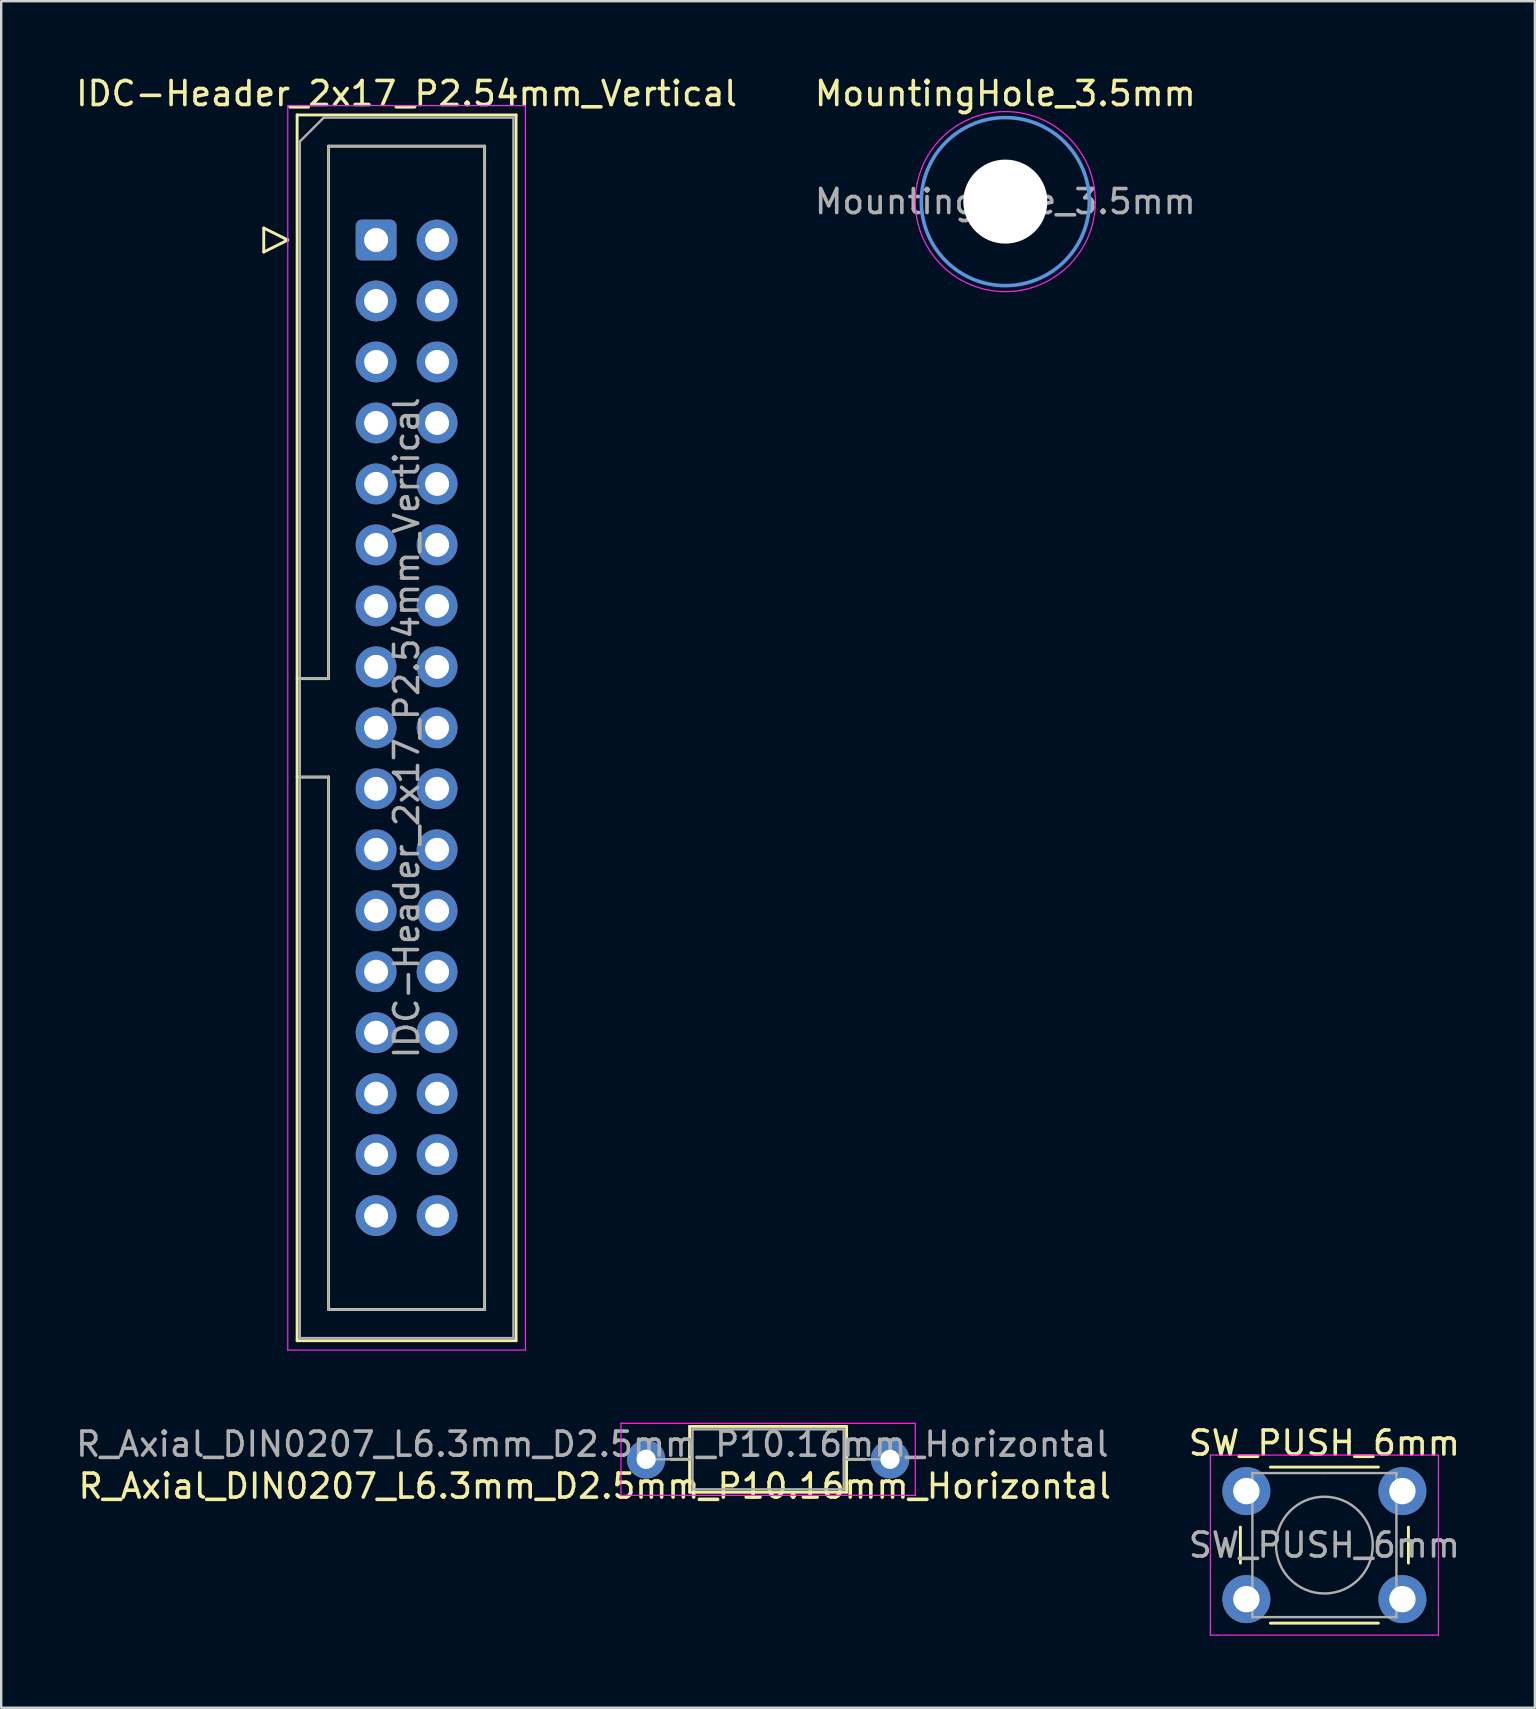
<source format=kicad_pcb>
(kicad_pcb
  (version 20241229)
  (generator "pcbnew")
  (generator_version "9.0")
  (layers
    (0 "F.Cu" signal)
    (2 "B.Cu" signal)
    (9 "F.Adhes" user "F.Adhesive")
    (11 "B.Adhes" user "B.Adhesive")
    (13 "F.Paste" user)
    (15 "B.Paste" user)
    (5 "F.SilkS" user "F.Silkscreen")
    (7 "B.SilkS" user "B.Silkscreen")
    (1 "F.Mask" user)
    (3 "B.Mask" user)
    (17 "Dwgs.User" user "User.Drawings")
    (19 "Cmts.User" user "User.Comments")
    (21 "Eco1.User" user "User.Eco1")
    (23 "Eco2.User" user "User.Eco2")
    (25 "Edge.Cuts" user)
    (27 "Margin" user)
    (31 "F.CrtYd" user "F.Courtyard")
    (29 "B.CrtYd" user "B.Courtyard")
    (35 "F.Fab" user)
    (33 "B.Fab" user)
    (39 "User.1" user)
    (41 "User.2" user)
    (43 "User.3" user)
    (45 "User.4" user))
  (footprint "SW_PUSH_6mm"
    (layer "F.Cu")
    (at 48.868 59.062)
    (property "Reference" "SW_PUSH_6mm" (at 3.25 -2 0) (layer "F.SilkS") (effects (font (size 1 1) (thickness 0.15))))
    (attr through_hole)
    (fp_line (start -0.25 1.5) (end -0.25 3) (stroke (width 0.12) (type solid)) (layer "F.SilkS"))
    (fp_line (start 1 5.5) (end 5.5 5.5) (stroke (width 0.12) (type solid)) (layer "F.SilkS"))
    (fp_line (start 5.5 -1) (end 1 -1) (stroke (width 0.12) (type solid)) (layer "F.SilkS"))
    (fp_line (start 6.75 3) (end 6.75 1.5) (stroke (width 0.12) (type solid)) (layer "F.SilkS"))
    (fp_line (start -1.5 -1.5) (end -1.25 -1.5) (stroke (width 0.05) (type solid)) (layer "F.CrtYd"))
    (fp_line (start -1.5 -1.25) (end -1.5 -1.5) (stroke (width 0.05) (type solid)) (layer "F.CrtYd"))
    (fp_line (start -1.5 5.75) (end -1.5 -1.25) (stroke (width 0.05) (type solid)) (layer "F.CrtYd"))
    (fp_line (start -1.5 5.75) (end -1.5 6) (stroke (width 0.05) (type solid)) (layer "F.CrtYd"))
    (fp_line (start -1.5 6) (end -1.25 6) (stroke (width 0.05) (type solid)) (layer "F.CrtYd"))
    (fp_line (start -1.25 -1.5) (end 7.75 -1.5) (stroke (width 0.05) (type solid)) (layer "F.CrtYd"))
    (fp_line (start 7.75 -1.5) (end 8 -1.5) (stroke (width 0.05) (type solid)) (layer "F.CrtYd"))
    (fp_line (start 7.75 6) (end -1.25 6) (stroke (width 0.05) (type solid)) (layer "F.CrtYd"))
    (fp_line (start 7.75 6) (end 8 6) (stroke (width 0.05) (type solid)) (layer "F.CrtYd"))
    (fp_line (start 8 -1.5) (end 8 -1.25) (stroke (width 0.05) (type solid)) (layer "F.CrtYd"))
    (fp_line (start 8 -1.25) (end 8 5.75) (stroke (width 0.05) (type solid)) (layer "F.CrtYd"))
    (fp_line (start 8 6) (end 8 5.75) (stroke (width 0.05) (type solid)) (layer "F.CrtYd"))
    (fp_line (start 0.25 -0.75) (end 3.25 -0.75) (stroke (width 0.1) (type solid)) (layer "F.Fab"))
    (fp_line (start 0.25 5.25) (end 0.25 -0.75) (stroke (width 0.1) (type solid)) (layer "F.Fab"))
    (fp_line (start 3.25 -0.75) (end 6.25 -0.75) (stroke (width 0.1) (type solid)) (layer "F.Fab"))
    (fp_line (start 6.25 -0.75) (end 6.25 5.25) (stroke (width 0.1) (type solid)) (layer "F.Fab"))
    (fp_line (start 6.25 5.25) (end 0.25 5.25) (stroke (width 0.1) (type solid)) (layer "F.Fab"))
    (fp_circle (center 3.25 2.25) (end 1.25 2.5) (stroke (width 0.1) (type solid)) (fill no) (layer "F.Fab"))
    (fp_text user "${REFERENCE}" (at 3.25 2.25 0) (layer "F.Fab") (effects (font (size 1 1) (thickness 0.15))))
    (pad "1" thru_hole circle (at 0 0 90) (size 2 2) (drill 1.1) (layers "*.Cu" "*.Mask"))
    (pad "1" thru_hole circle (at 6.5 0 90) (size 2 2) (drill 1.1) (layers "*.Cu" "*.Mask"))
    (pad "2" thru_hole circle (at 0 4.5 90) (size 2 2) (drill 1.1) (layers "*.Cu" "*.Mask"))
    (pad "2" thru_hole circle (at 6.5 4.5 90) (size 2 2) (drill 1.1) (layers "*.Cu" "*.Mask")))
  (footprint "IDC-Header_2x17_P2.54mm_Vertical"
    (layer "F.Cu")
    (at 12.617 6.948)
    (property "Reference" "IDC-Header_2x17_P2.54mm_Vertical" (at 1.27 -6.1 180) (layer "F.SilkS") (effects (font (size 1 1) (thickness 0.15))))
    (attr through_hole)
    (fp_line (start -4.68 -0.5) (end -4.68 0.5) (stroke (width 0.12) (type solid)) (layer "F.SilkS"))
    (fp_line (start -4.68 0.5) (end -3.68 0) (stroke (width 0.12) (type solid)) (layer "F.SilkS"))
    (fp_line (start -3.68 0) (end -4.68 -0.5) (stroke (width 0.12) (type solid)) (layer "F.SilkS"))
    (fp_line (start -3.29 -5.21) (end 5.83 -5.21) (stroke (width 0.12) (type solid)) (layer "F.SilkS"))
    (fp_line (start -3.29 18.27) (end -1.98 18.27) (stroke (width 0.12) (type solid)) (layer "F.SilkS"))
    (fp_line (start -3.29 45.85) (end -3.29 -5.21) (stroke (width 0.12) (type solid)) (layer "F.SilkS"))
    (fp_line (start -1.98 -3.91) (end 4.52 -3.91) (stroke (width 0.12) (type solid)) (layer "F.SilkS"))
    (fp_line (start -1.98 18.27) (end -1.98 -3.91) (stroke (width 0.12) (type solid)) (layer "F.SilkS"))
    (fp_line (start -1.98 22.37) (end -3.29 22.37) (stroke (width 0.12) (type solid)) (layer "F.SilkS"))
    (fp_line (start -1.98 22.37) (end -1.98 22.37) (stroke (width 0.12) (type solid)) (layer "F.SilkS"))
    (fp_line (start -1.98 44.55) (end -1.98 22.37) (stroke (width 0.12) (type solid)) (layer "F.SilkS"))
    (fp_line (start 4.52 -3.91) (end 4.52 44.55) (stroke (width 0.12) (type solid)) (layer "F.SilkS"))
    (fp_line (start 4.52 44.55) (end -1.98 44.55) (stroke (width 0.12) (type solid)) (layer "F.SilkS"))
    (fp_line (start 5.83 -5.21) (end 5.83 45.85) (stroke (width 0.12) (type solid)) (layer "F.SilkS"))
    (fp_line (start 5.83 45.85) (end -3.29 45.85) (stroke (width 0.12) (type solid)) (layer "F.SilkS"))
    (fp_line (start -3.68 -5.6) (end -3.68 46.24) (stroke (width 0.05) (type solid)) (layer "F.CrtYd"))
    (fp_line (start -3.68 46.24) (end 6.22 46.24) (stroke (width 0.05) (type solid)) (layer "F.CrtYd"))
    (fp_line (start 6.22 -5.6) (end -3.68 -5.6) (stroke (width 0.05) (type solid)) (layer "F.CrtYd"))
    (fp_line (start 6.22 46.24) (end 6.22 -5.6) (stroke (width 0.05) (type solid)) (layer "F.CrtYd"))
    (fp_line (start -3.18 -4.1) (end -2.18 -5.1) (stroke (width 0.1) (type solid)) (layer "F.Fab"))
    (fp_line (start -3.18 18.27) (end -1.98 18.27) (stroke (width 0.1) (type solid)) (layer "F.Fab"))
    (fp_line (start -3.18 45.74) (end -3.18 -4.1) (stroke (width 0.1) (type solid)) (layer "F.Fab"))
    (fp_line (start -2.18 -5.1) (end 5.72 -5.1) (stroke (width 0.1) (type solid)) (layer "F.Fab"))
    (fp_line (start -1.98 -3.91) (end 4.52 -3.91) (stroke (width 0.1) (type solid)) (layer "F.Fab"))
    (fp_line (start -1.98 18.27) (end -1.98 -3.91) (stroke (width 0.1) (type solid)) (layer "F.Fab"))
    (fp_line (start -1.98 22.37) (end -3.18 22.37) (stroke (width 0.1) (type solid)) (layer "F.Fab"))
    (fp_line (start -1.98 22.37) (end -1.98 22.37) (stroke (width 0.1) (type solid)) (layer "F.Fab"))
    (fp_line (start -1.98 44.55) (end -1.98 22.37) (stroke (width 0.1) (type solid)) (layer "F.Fab"))
    (fp_line (start 4.52 -3.91) (end 4.52 44.55) (stroke (width 0.1) (type solid)) (layer "F.Fab"))
    (fp_line (start 4.52 44.55) (end -1.98 44.55) (stroke (width 0.1) (type solid)) (layer "F.Fab"))
    (fp_line (start 5.72 -5.1) (end 5.72 45.74) (stroke (width 0.1) (type solid)) (layer "F.Fab"))
    (fp_line (start 5.72 45.74) (end -3.18 45.74) (stroke (width 0.1) (type solid)) (layer "F.Fab"))
    (fp_text user "${REFERENCE}" (at 1.27 20.32 270) (layer "F.Fab") (effects (font (size 1 1) (thickness 0.15))))
    (pad "1" thru_hole roundrect (at 0 0) (size 1.7 1.7) (drill 1) (layers "*.Cu" "*.Mask") (roundrect_rratio 0.147))
    (pad "2" thru_hole circle (at 2.54 0) (size 1.7 1.7) (drill 1) (layers "*.Cu" "*.Mask"))
    (pad "3" thru_hole circle (at 0 2.54) (size 1.7 1.7) (drill 1) (layers "*.Cu" "*.Mask"))
    (pad "4" thru_hole circle (at 2.54 2.54) (size 1.7 1.7) (drill 1) (layers "*.Cu" "*.Mask"))
    (pad "5" thru_hole circle (at 0 5.08) (size 1.7 1.7) (drill 1) (layers "*.Cu" "*.Mask"))
    (pad "6" thru_hole circle (at 2.54 5.08) (size 1.7 1.7) (drill 1) (layers "*.Cu" "*.Mask"))
    (pad "7" thru_hole circle (at 0 7.62) (size 1.7 1.7) (drill 1) (layers "*.Cu" "*.Mask"))
    (pad "8" thru_hole circle (at 2.54 7.62) (size 1.7 1.7) (drill 1) (layers "*.Cu" "*.Mask"))
    (pad "9" thru_hole circle (at 0 10.16) (size 1.7 1.7) (drill 1) (layers "*.Cu" "*.Mask"))
    (pad "10" thru_hole circle (at 2.54 10.16) (size 1.7 1.7) (drill 1) (layers "*.Cu" "*.Mask"))
    (pad "11" thru_hole circle (at 0 12.7) (size 1.7 1.7) (drill 1) (layers "*.Cu" "*.Mask"))
    (pad "12" thru_hole circle (at 2.54 12.7) (size 1.7 1.7) (drill 1) (layers "*.Cu" "*.Mask"))
    (pad "13" thru_hole circle (at 0 15.24) (size 1.7 1.7) (drill 1) (layers "*.Cu" "*.Mask"))
    (pad "14" thru_hole circle (at 2.54 15.24) (size 1.7 1.7) (drill 1) (layers "*.Cu" "*.Mask"))
    (pad "15" thru_hole circle (at 0 17.78) (size 1.7 1.7) (drill 1) (layers "*.Cu" "*.Mask"))
    (pad "16" thru_hole circle (at 2.54 17.78) (size 1.7 1.7) (drill 1) (layers "*.Cu" "*.Mask"))
    (pad "17" thru_hole circle (at 0 20.32) (size 1.7 1.7) (drill 1) (layers "*.Cu" "*.Mask"))
    (pad "18" thru_hole circle (at 2.54 20.32) (size 1.7 1.7) (drill 1) (layers "*.Cu" "*.Mask"))
    (pad "19" thru_hole circle (at 0 22.86) (size 1.7 1.7) (drill 1) (layers "*.Cu" "*.Mask"))
    (pad "20" thru_hole circle (at 2.54 22.86) (size 1.7 1.7) (drill 1) (layers "*.Cu" "*.Mask"))
    (pad "21" thru_hole circle (at 0 25.4) (size 1.7 1.7) (drill 1) (layers "*.Cu" "*.Mask"))
    (pad "22" thru_hole circle (at 2.54 25.4) (size 1.7 1.7) (drill 1) (layers "*.Cu" "*.Mask"))
    (pad "23" thru_hole circle (at 0 27.94) (size 1.7 1.7) (drill 1) (layers "*.Cu" "*.Mask"))
    (pad "24" thru_hole circle (at 2.54 27.94) (size 1.7 1.7) (drill 1) (layers "*.Cu" "*.Mask"))
    (pad "25" thru_hole circle (at 0 30.48) (size 1.7 1.7) (drill 1) (layers "*.Cu" "*.Mask"))
    (pad "26" thru_hole circle (at 2.54 30.48) (size 1.7 1.7) (drill 1) (layers "*.Cu" "*.Mask"))
    (pad "27" thru_hole circle (at 0 33.02) (size 1.7 1.7) (drill 1) (layers "*.Cu" "*.Mask"))
    (pad "28" thru_hole circle (at 2.54 33.02) (size 1.7 1.7) (drill 1) (layers "*.Cu" "*.Mask"))
    (pad "29" thru_hole circle (at 0 35.56) (size 1.7 1.7) (drill 1) (layers "*.Cu" "*.Mask"))
    (pad "30" thru_hole circle (at 2.54 35.56) (size 1.7 1.7) (drill 1) (layers "*.Cu" "*.Mask"))
    (pad "31" thru_hole circle (at 0 38.1) (size 1.7 1.7) (drill 1) (layers "*.Cu" "*.Mask"))
    (pad "32" thru_hole circle (at 2.54 38.1) (size 1.7 1.7) (drill 1) (layers "*.Cu" "*.Mask"))
    (pad "33" thru_hole circle (at 0 40.64) (size 1.7 1.7) (drill 1) (layers "*.Cu" "*.Mask"))
    (pad "34" thru_hole circle (at 2.54 40.64) (size 1.7 1.7) (drill 1) (layers "*.Cu" "*.Mask")))
  (footprint "R_Axial_DIN0207_L6.3mm_D2.5mm_P10.16mm_Horizontal"
    (layer "F.Cu")
    (at 23.865 57.738)
    (property "Reference" "R_Axial_DIN0207_L6.3mm_D2.5mm_P10.16mm_Horizontal" (at -2.14 1.117 180) (layer "F.SilkS") (effects (font (size 1 1) (thickness 0.15))))
    (attr through_hole)
    (fp_line (start 1.04 0) (end 1.81 0) (stroke (width 0.12) (type solid)) (layer "F.SilkS"))
    (fp_line (start 1.81 -1.37) (end 1.81 1.37) (stroke (width 0.12) (type solid)) (layer "F.SilkS"))
    (fp_line (start 1.81 1.37) (end 8.35 1.37) (stroke (width 0.12) (type solid)) (layer "F.SilkS"))
    (fp_line (start 8.35 -1.37) (end 1.81 -1.37) (stroke (width 0.12) (type solid)) (layer "F.SilkS"))
    (fp_line (start 8.35 1.37) (end 8.35 -1.37) (stroke (width 0.12) (type solid)) (layer "F.SilkS"))
    (fp_line (start 9.12 0) (end 8.35 0) (stroke (width 0.12) (type solid)) (layer "F.SilkS"))
    (fp_line (start -1.05 -1.5) (end -1.05 1.5) (stroke (width 0.05) (type solid)) (layer "F.CrtYd"))
    (fp_line (start -1.05 1.5) (end 11.21 1.5) (stroke (width 0.05) (type solid)) (layer "F.CrtYd"))
    (fp_line (start 11.21 -1.5) (end -1.05 -1.5) (stroke (width 0.05) (type solid)) (layer "F.CrtYd"))
    (fp_line (start 11.21 1.5) (end 11.21 -1.5) (stroke (width 0.05) (type solid)) (layer "F.CrtYd"))
    (fp_line (start 0 0) (end 1.93 0) (stroke (width 0.1) (type solid)) (layer "F.Fab"))
    (fp_line (start 1.93 -1.25) (end 1.93 1.25) (stroke (width 0.1) (type solid)) (layer "F.Fab"))
    (fp_line (start 1.93 1.25) (end 8.23 1.25) (stroke (width 0.1) (type solid)) (layer "F.Fab"))
    (fp_line (start 8.23 -1.25) (end 1.93 -1.25) (stroke (width 0.1) (type solid)) (layer "F.Fab"))
    (fp_line (start 8.23 1.25) (end 8.23 -1.25) (stroke (width 0.1) (type solid)) (layer "F.Fab"))
    (fp_line (start 10.16 0) (end 8.23 0) (stroke (width 0.1) (type solid)) (layer "F.Fab"))
    (fp_text user "${REFERENCE}" (at -2.24 -0.63 180) (layer "F.Fab") (effects (font (size 1 1) (thickness 0.15))))
    (pad "1" thru_hole circle (at 0 0) (size 1.6 1.6) (drill 0.8) (layers "*.Cu" "*.Mask"))
    (pad "2" thru_hole oval (at 10.16 0) (size 1.6 1.6) (drill 0.8) (layers "*.Cu" "*.Mask")))
  (footprint "MountingHole_3.5mm"
    (layer "F.Cu")
    (at 38.827 5.348)
    (property "Reference" "MountingHole_3.5mm" (at 0 -4.5 0) (layer "F.SilkS") (effects (font (size 1 1) (thickness 0.15))))
    (attr board_only exclude_from_pos_files exclude_from_bom)
    (fp_circle (center 0 0) (end 3.5 0) (stroke (width 0.15) (type solid)) (fill no) (layer "Cmts.User"))
    (fp_circle (center 0 0) (end 3.75 0) (stroke (width 0.05) (type solid)) (fill no) (layer "F.CrtYd"))
    (fp_text user "${REFERENCE}" (at 0 0 0) (layer "F.Fab") (effects (font (size 1 1) (thickness 0.15))))
    (pad "" np_thru_hole circle (at 0 0) (size 3.5 3.5) (drill 3.5) (layers "*.Cu" "*.Mask")))
  (gr_rect
    (start -3 -3)
    (end 60.886 68.087)
    (stroke (width 0.1) (type default))
    (fill no)
    (layer "Edge.Cuts")))
</source>
